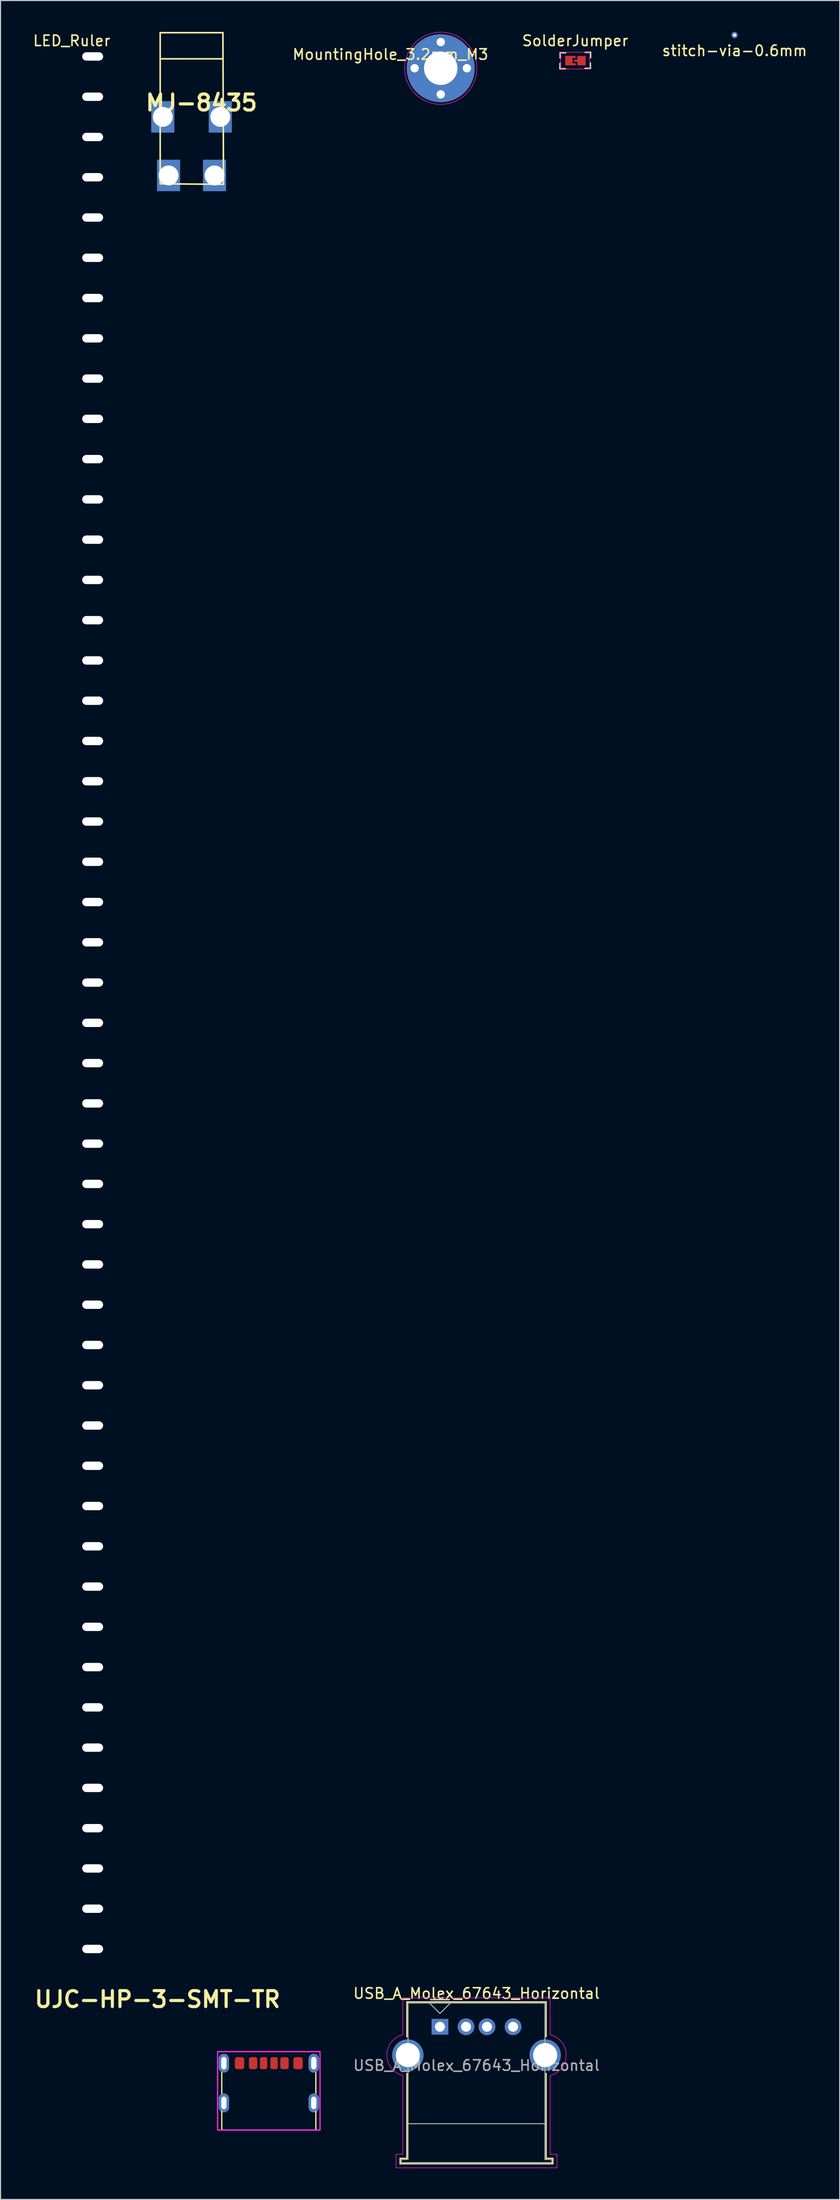
<source format=kicad_pcb>
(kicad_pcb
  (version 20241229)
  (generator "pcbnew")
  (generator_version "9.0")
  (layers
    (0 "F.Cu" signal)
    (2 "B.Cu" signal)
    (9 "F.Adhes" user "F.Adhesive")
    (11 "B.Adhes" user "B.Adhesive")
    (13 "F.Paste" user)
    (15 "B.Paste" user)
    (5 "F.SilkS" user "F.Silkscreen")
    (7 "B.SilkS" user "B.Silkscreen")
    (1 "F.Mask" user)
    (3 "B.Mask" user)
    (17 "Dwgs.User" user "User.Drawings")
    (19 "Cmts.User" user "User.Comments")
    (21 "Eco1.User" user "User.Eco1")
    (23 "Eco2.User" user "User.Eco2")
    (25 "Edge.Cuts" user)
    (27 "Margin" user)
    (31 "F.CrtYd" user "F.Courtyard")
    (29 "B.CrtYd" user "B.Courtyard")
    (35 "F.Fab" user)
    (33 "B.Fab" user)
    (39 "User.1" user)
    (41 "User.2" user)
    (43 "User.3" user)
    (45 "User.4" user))
  (footprint "USB_A_Molex_67643_Horizontal"
    (layer "F.Cu")
    (at 39.039 190.737)
    (property "Reference" "USB_A_Molex_67643_Horizontal" (at 3.5 -3.19 0) (layer "F.SilkS") (effects (font (size 1 1) (thickness 0.15))))
    (attr through_hole)
    (fp_line (start -3.81 12.58) (end -3.81 13.1) (stroke (width 0.12) (type solid)) (layer "F.SilkS"))
    (fp_line (start -3.81 13.1) (end 10.81 13.1) (stroke (width 0.12) (type solid)) (layer "F.SilkS"))
    (fp_line (start -3.16 -2.38) (end -3.16 0.95) (stroke (width 0.12) (type solid)) (layer "F.SilkS"))
    (fp_line (start -3.16 -2.38) (end 10.16 -2.38) (stroke (width 0.12) (type solid)) (layer "F.SilkS"))
    (fp_line (start -3.16 12.58) (end -3.81 12.58) (stroke (width 0.12) (type solid)) (layer "F.SilkS"))
    (fp_line (start -3.16 12.58) (end -3.16 4.47) (stroke (width 0.12) (type solid)) (layer "F.SilkS"))
    (fp_line (start -0.9 -2.6) (end 0.9 -2.6) (stroke (width 0.12) (type solid)) (layer "F.SilkS"))
    (fp_line (start 10.16 -2.38) (end 10.16 0.95) (stroke (width 0.12) (type solid)) (layer "F.SilkS"))
    (fp_line (start 10.16 4.47) (end 10.16 12.58) (stroke (width 0.12) (type solid)) (layer "F.SilkS"))
    (fp_line (start 10.81 12.58) (end 10.16 12.58) (stroke (width 0.12) (type solid)) (layer "F.SilkS"))
    (fp_line (start 10.81 13.1) (end 10.81 12.58) (stroke (width 0.12) (type solid)) (layer "F.SilkS"))
    (fp_line (start -4.2 12.19) (end -3.55 12.19) (stroke (width 0.05) (type solid)) (layer "F.CrtYd"))
    (fp_line (start -4.2 13.49) (end -4.2 12.19) (stroke (width 0.05) (type solid)) (layer "F.CrtYd"))
    (fp_line (start -4.2 13.49) (end 11.2 13.49) (stroke (width 0.05) (type solid)) (layer "F.CrtYd"))
    (fp_line (start -3.55 -2.77) (end -3.55 0.76) (stroke (width 0.05) (type solid)) (layer "F.CrtYd"))
    (fp_line (start -3.55 -2.77) (end 10.55 -2.77) (stroke (width 0.05) (type solid)) (layer "F.CrtYd"))
    (fp_line (start -3.55 12.19) (end -3.55 4.66) (stroke (width 0.05) (type solid)) (layer "F.CrtYd"))
    (fp_line (start 10.55 -2.77) (end 10.55 0.76) (stroke (width 0.05) (type solid)) (layer "F.CrtYd"))
    (fp_line (start 10.55 12.19) (end 10.55 4.66) (stroke (width 0.05) (type solid)) (layer "F.CrtYd"))
    (fp_line (start 11.2 12.19) (end 10.55 12.19) (stroke (width 0.05) (type solid)) (layer "F.CrtYd"))
    (fp_line (start 11.2 13.49) (end 11.2 12.19) (stroke (width 0.05) (type solid)) (layer "F.CrtYd"))
    (fp_arc (start -3.55 4.66) (mid -5.078208 2.71) (end -3.55 0.76) (stroke (width 0.05) (type solid)) (layer "F.CrtYd"))
    (fp_arc (start 10.55 0.76) (mid 12.078208 2.71) (end 10.55 4.66) (stroke (width 0.05) (type solid)) (layer "F.CrtYd"))
    (fp_line (start -3.7 12.69) (end -3.7 12.99) (stroke (width 0.1) (type solid)) (layer "F.Fab"))
    (fp_line (start -3.7 12.99) (end 10.7 12.99) (stroke (width 0.1) (type solid)) (layer "F.Fab"))
    (fp_line (start -3.05 -2.27) (end 10.05 -2.27) (stroke (width 0.1) (type solid)) (layer "F.Fab"))
    (fp_line (start -3.05 9.27) (end 10.05 9.27) (stroke (width 0.1) (type solid)) (layer "F.Fab"))
    (fp_line (start -3.05 12.69) (end -3.7 12.69) (stroke (width 0.1) (type solid)) (layer "F.Fab"))
    (fp_line (start -3.05 12.69) (end -3.05 -2.27) (stroke (width 0.1) (type solid)) (layer "F.Fab"))
    (fp_line (start -1 -2.27) (end 0 -1.27) (stroke (width 0.1) (type solid)) (layer "F.Fab"))
    (fp_line (start 0 -1.27) (end 1 -2.27) (stroke (width 0.1) (type solid)) (layer "F.Fab"))
    (fp_line (start 10.05 -2.27) (end 10.05 12.69) (stroke (width 0.1) (type solid)) (layer "F.Fab"))
    (fp_line (start 10.7 12.69) (end 10.05 12.69) (stroke (width 0.1) (type solid)) (layer "F.Fab"))
    (fp_line (start 10.7 12.99) (end 10.7 12.69) (stroke (width 0.1) (type solid)) (layer "F.Fab"))
    (fp_text user "${REFERENCE}" (at 3.5 3.7 0) (layer "F.Fab") (effects (font (size 1 1) (thickness 0.15))))
    (pad "1" thru_hole rect (at 0 0) (size 1.6 1.5) (drill 0.95) (layers "*.Cu" "*.Mask"))
    (pad "2" thru_hole circle (at 2.5 0) (size 1.6 1.6) (drill 0.95) (layers "*.Cu" "*.Mask"))
    (pad "3" thru_hole circle (at 4.5 0) (size 1.6 1.6) (drill 0.95) (layers "*.Cu" "*.Mask"))
    (pad "4" thru_hole circle (at 7 0) (size 1.6 1.6) (drill 0.95) (layers "*.Cu" "*.Mask"))
    (pad "5" thru_hole circle (at -3.07 2.71) (size 3 3) (drill 2.3) (layers "*.Cu" "*.Mask"))
    (pad "5" thru_hole circle (at 10.07 2.71) (size 3 3) (drill 2.3) (layers "*.Cu" "*.Mask")))
  (footprint "MountingHole_3.2mm_M3"
    (layer "F.Cu")
    (at 39.119 3.475)
    (property "Reference" "MountingHole_3.2mm_M3" (at -4.815 -1.32 0) (layer "F.SilkS") (effects (font (size 1 1) (thickness 0.15))))
    (attr through_hole)
    (fp_circle (center 0 0) (end 3.45 0) (stroke (width 0.05) (type solid)) (fill no) (layer "F.CrtYd"))
    (pad "1" thru_hole circle (at -2.5 0 90) (size 1 1) (drill 0.8) (layers "*.Cu" "*.Mask"))
    (pad "1" thru_hole circle (at 0 -2.5) (size 1 1) (drill 0.8) (layers "*.Cu" "*.Mask"))
    (pad "1" thru_hole circle (at 0 0) (size 6.5 6.5) (drill 3.2) (layers "*.Cu" "*.Mask"))
    (pad "1" thru_hole circle (at 0 2.5) (size 1 1) (drill 0.8) (layers "*.Cu" "*.Mask"))
    (pad "1" thru_hole circle (at 2.5 0 90) (size 1 1) (drill 0.8) (layers "*.Cu" "*.Mask")))
  (footprint "SolderJumper"
    (layer "F.Cu")
    (at 51.982 2.748)
    (property "Reference" "SolderJumper" (at 0 -1.9 0) (layer "F.SilkS") (effects (font (size 1 1) (thickness 0.15))))
    (attr smd)
    (fp_line (start -1.449 0.78) (end -1.449 0.272) (stroke (width 0.15) (type solid)) (layer "F.SilkS"))
    (fp_line (start -1.449 0.78) (end -0.941 0.78) (stroke (width 0.15) (type solid)) (layer "F.SilkS"))
    (fp_line (start -1.432 -0.762) (end -1.432 -0.254) (stroke (width 0.15) (type solid)) (layer "F.SilkS"))
    (fp_line (start -1.432 -0.762) (end -0.924 -0.762) (stroke (width 0.15) (type solid)) (layer "F.SilkS"))
    (fp_line (start 1.445 0.749) (end 0.937 0.749) (stroke (width 0.15) (type solid)) (layer "F.SilkS"))
    (fp_line (start 1.445 0.749) (end 1.445 0.241) (stroke (width 0.15) (type solid)) (layer "F.SilkS"))
    (fp_line (start 1.461 -0.793) (end 0.953 -0.793) (stroke (width 0.15) (type solid)) (layer "F.SilkS"))
    (fp_line (start 1.461 -0.793) (end 1.461 -0.285) (stroke (width 0.15) (type solid)) (layer "F.SilkS"))
    (fp_line (start -1.4 -0.8) (end -1.4 0.8) (stroke (width 0.05) (type solid)) (layer "F.CrtYd"))
    (fp_line (start -1.4 -0.8) (end 1.4 -0.8) (stroke (width 0.05) (type solid)) (layer "F.CrtYd"))
    (fp_line (start -1.4 0.8) (end 1.4 0.8) (stroke (width 0.05) (type solid)) (layer "F.CrtYd"))
    (fp_line (start 1.4 -0.8) (end 1.4 0.8) (stroke (width 0.05) (type solid)) (layer "F.CrtYd"))
    (pad "1" smd rect (at -0.6 0) (size 0.7 0.9) (layers "F.Cu" "F.Mask" "F.Paste"))
    (pad "1" smd rect (at -0.45 -0.35) (size 1 0.2) (layers "F.Cu" "F.Mask" "F.Paste"))
    (pad "1" smd rect (at -0.45 0.35) (size 1 0.2) (layers "F.Cu" "F.Mask" "F.Paste"))
    (pad "2" smd rect (at 0.4 0) (size 1 0.2) (layers "F.Cu" "F.Mask" "F.Paste"))
    (pad "2" smd rect (at 0.6 0) (size 0.8 0.9) (layers "F.Cu" "F.Mask" "F.Paste")))
  (footprint "stitch-via-0.6mm"
    (layer "F.Cu")
    (at 67.232 0.3)
    (property "Reference" "stitch-via-0.6mm" (at 0 1.5 0) (layer "F.SilkS") (effects (font (size 1 1) (thickness 0.15))))
    (attr through_hole)
    (pad "1" thru_hole circle (at 0 0) (size 0.6 0.6) (drill 0.3) (layers "*.Cu" "*.Mask")))
  (footprint "UJC-HP-3-SMT-TR"
    (layer "F.Cu")
    (at 22.668 194.916)
    (property "Reference" "UJC-HP-3-SMT-TR" (at -10.65 -6.8 0) (layer "F.SilkS") (effects (font (size 1.524 1.524) (thickness 0.3))))
    (attr board_only exclude_from_pos_files exclude_from_bom)
    (fp_line (start -4.5 0.2) (end -4.5 2.2) (stroke (width 0.12) (type solid)) (layer "F.SilkS"))
    (fp_line (start -4.5 3.9) (end -4.5 5.7) (stroke (width 0.12) (type solid)) (layer "F.SilkS"))
    (fp_line (start -4.5 5.7) (end 0 5.7) (stroke (width 0.12) (type solid)) (layer "F.SilkS"))
    (fp_line (start 4.5 0.2) (end 4.5 2.2) (stroke (width 0.12) (type solid)) (layer "F.SilkS"))
    (fp_line (start 4.5 3.9) (end 4.5 5.7) (stroke (width 0.12) (type solid)) (layer "F.SilkS"))
    (fp_line (start 4.5 5.7) (end 0 5.7) (stroke (width 0.12) (type solid)) (layer "F.SilkS"))
    (fp_rect (start -4.9 -1.8) (end 4.9 5.7) (stroke (width 0.12) (type solid)) (fill no) (layer "F.CrtYd"))
    (pad "A5" smd roundrect (at -0.5 -0.7) (size 0.7 1.15) (layers "F.Cu" "F.Mask" "F.Paste") (roundrect_rratio 0.25))
    (pad "A9" smd roundrect (at 1.5 -0.7) (size 0.8 1.15) (layers "F.Cu" "F.Mask" "F.Paste") (roundrect_rratio 0.25))
    (pad "A12" smd roundrect (at 2.8 -0.7) (size 0.9 1.15) (layers "F.Cu" "F.Mask" "F.Paste") (roundrect_rratio 0.25))
    (pad "B5" smd roundrect (at 0.5 -0.7) (size 0.7 1.15) (layers "F.Cu" "F.Mask" "F.Paste") (roundrect_rratio 0.25))
    (pad "B9" smd roundrect (at -1.5 -0.7) (size 0.8 1.15) (layers "F.Cu" "F.Mask" "F.Paste") (roundrect_rratio 0.25))
    (pad "B12" smd roundrect (at -2.8 -0.7) (size 0.9 1.15) (layers "F.Cu" "F.Mask" "F.Paste") (roundrect_rratio 0.25))
    (pad "MP" thru_hole oval (at -4.3 -0.7) (size 1 1.8) (drill oval 0.5 1.2) (layers "*.Cu" "*.Mask"))
    (pad "MP" thru_hole oval (at -4.3 3.1) (size 1 1.8) (drill oval 0.5 1.2) (layers "*.Cu" "*.Mask"))
    (pad "MP" thru_hole oval (at 4.3 -0.7) (size 1 1.8) (drill oval 0.5 1.2) (layers "*.Cu" "*.Mask"))
    (pad "MP" thru_hole oval (at 4.3 3.1) (size 1 1.8) (drill oval 0.5 1.2) (layers "*.Cu" "*.Mask")))
  (footprint "MJ-8435"
    (layer "F.Cu")
    (at 15.276 6.575)
    (property "Reference" "MJ-8435" (at 0.95 0.2 0) (layer "F.SilkS") (effects (font (size 1.524 1.524) (thickness 0.3))))
    (attr through_hole)
    (fp_line (start -3 -6.5) (end 3 -6.5) (stroke (width 0.15) (type solid)) (layer "F.SilkS"))
    (fp_line (start -3 -4) (end 3 -4) (stroke (width 0.15) (type solid)) (layer "F.SilkS"))
    (fp_line (start -3 7.95) (end -3 -6.5) (stroke (width 0.15) (type solid)) (layer "F.SilkS"))
    (fp_line (start 3 -6.5) (end 3.05 6.5) (stroke (width 0.15) (type solid)) (layer "F.SilkS"))
    (fp_line (start 3.05 6.5) (end 3.05 8) (stroke (width 0.15) (type solid)) (layer "F.SilkS"))
    (fp_line (start 3.05 8) (end -3 7.95) (stroke (width 0.15) (type solid)) (layer "F.SilkS"))
    (pad "1" thru_hole rect (at -2.75 1.55) (size 2.2 3) (drill 1.9) (layers "*.Cu" "*.Mask"))
    (pad "1" thru_hole rect (at 2.75 1.55) (size 2.2 3) (drill 1.9) (layers "*.Cu" "*.Mask"))
    (pad "2" thru_hole rect (at 2.2 7.15) (size 2.2 3) (drill 1.9) (layers "*.Cu" "*.Mask"))
    (pad "3" thru_hole rect (at -2.2 7.15) (size 2.2 3) (drill 1.9) (layers "*.Cu" "*.Mask")))
  (footprint "LED_Ruler"
    (layer "F.Cu")
    (at 6.315 2.348)
    (property "Reference" "LED_Ruler" (at -2.5 -1.5 0) (layer "F.SilkS") (effects (font (size 1 1) (thickness 0.15))))
    (attr through_hole)
    (pad "" np_thru_hole oval (at -0.5 0) (size 2 0.8) (drill oval 2 0.8) (layers "*.Cu" "*.Mask"))
    (pad "" np_thru_hole oval (at -0.5 3.85) (size 2 0.8) (drill oval 2 0.8) (layers "*.Cu" "*.Mask"))
    (pad "" np_thru_hole oval (at -0.5 7.7) (size 2 0.8) (drill oval 2 0.8) (layers "*.Cu" "*.Mask"))
    (pad "" np_thru_hole oval (at -0.5 11.55) (size 2 0.8) (drill oval 2 0.8) (layers "*.Cu" "*.Mask"))
    (pad "" np_thru_hole oval (at -0.5 15.4) (size 2 0.8) (drill oval 2 0.8) (layers "*.Cu" "*.Mask"))
    (pad "" np_thru_hole oval (at -0.5 19.25) (size 2 0.8) (drill oval 2 0.8) (layers "*.Cu" "*.Mask"))
    (pad "" np_thru_hole oval (at -0.5 23.1) (size 2 0.8) (drill oval 2 0.8) (layers "*.Cu" "*.Mask"))
    (pad "" np_thru_hole oval (at -0.5 26.95) (size 2 0.8) (drill oval 2 0.8) (layers "*.Cu" "*.Mask"))
    (pad "" np_thru_hole oval (at -0.5 30.8) (size 2 0.8) (drill oval 2 0.8) (layers "*.Cu" "*.Mask"))
    (pad "" np_thru_hole oval (at -0.5 34.65) (size 2 0.8) (drill oval 2 0.8) (layers "*.Cu" "*.Mask"))
    (pad "" np_thru_hole oval (at -0.5 38.5) (size 2 0.8) (drill oval 2 0.8) (layers "*.Cu" "*.Mask"))
    (pad "" np_thru_hole oval (at -0.5 42.35) (size 2 0.8) (drill oval 2 0.8) (layers "*.Cu" "*.Mask"))
    (pad "" np_thru_hole oval (at -0.5 46.2) (size 2 0.8) (drill oval 2 0.8) (layers "*.Cu" "*.Mask"))
    (pad "" np_thru_hole oval (at -0.5 50.05) (size 2 0.8) (drill oval 2 0.8) (layers "*.Cu" "*.Mask"))
    (pad "" np_thru_hole oval (at -0.5 53.9) (size 2 0.8) (drill oval 2 0.8) (layers "*.Cu" "*.Mask"))
    (pad "" np_thru_hole oval (at -0.5 57.75) (size 2 0.8) (drill oval 2 0.8) (layers "*.Cu" "*.Mask"))
    (pad "" np_thru_hole oval (at -0.5 61.6) (size 2 0.8) (drill oval 2 0.8) (layers "*.Cu" "*.Mask"))
    (pad "" np_thru_hole oval (at -0.5 65.45) (size 2 0.8) (drill oval 2 0.8) (layers "*.Cu" "*.Mask"))
    (pad "" np_thru_hole oval (at -0.5 69.3) (size 2 0.8) (drill oval 2 0.8) (layers "*.Cu" "*.Mask"))
    (pad "" np_thru_hole oval (at -0.5 73.15) (size 2 0.8) (drill oval 2 0.8) (layers "*.Cu" "*.Mask"))
    (pad "" np_thru_hole oval (at -0.5 77) (size 2 0.8) (drill oval 2 0.8) (layers "*.Cu" "*.Mask"))
    (pad "" np_thru_hole oval (at -0.5 80.85) (size 2 0.8) (drill oval 2 0.8) (layers "*.Cu" "*.Mask"))
    (pad "" np_thru_hole oval (at -0.5 84.7) (size 2 0.8) (drill oval 2 0.8) (layers "*.Cu" "*.Mask"))
    (pad "" np_thru_hole oval (at -0.5 88.55) (size 2 0.8) (drill oval 2 0.8) (layers "*.Cu" "*.Mask"))
    (pad "" np_thru_hole oval (at -0.5 92.4) (size 2 0.8) (drill oval 2 0.8) (layers "*.Cu" "*.Mask"))
    (pad "" np_thru_hole oval (at -0.5 96.25) (size 2 0.8) (drill oval 2 0.8) (layers "*.Cu" "*.Mask"))
    (pad "" np_thru_hole oval (at -0.5 100.1) (size 2 0.8) (drill oval 2 0.8) (layers "*.Cu" "*.Mask"))
    (pad "" np_thru_hole oval (at -0.5 103.95) (size 2 0.8) (drill oval 2 0.8) (layers "*.Cu" "*.Mask"))
    (pad "" np_thru_hole oval (at -0.5 107.8) (size 2 0.8) (drill oval 2 0.8) (layers "*.Cu" "*.Mask"))
    (pad "" np_thru_hole oval (at -0.5 111.65) (size 2 0.8) (drill oval 2 0.8) (layers "*.Cu" "*.Mask"))
    (pad "" np_thru_hole oval (at -0.5 115.5) (size 2 0.8) (drill oval 2 0.8) (layers "*.Cu" "*.Mask"))
    (pad "" np_thru_hole oval (at -0.5 119.35) (size 2 0.8) (drill oval 2 0.8) (layers "*.Cu" "*.Mask"))
    (pad "" np_thru_hole oval (at -0.5 123.2) (size 2 0.8) (drill oval 2 0.8) (layers "*.Cu" "*.Mask"))
    (pad "" np_thru_hole oval (at -0.5 127.05) (size 2 0.8) (drill oval 2 0.8) (layers "*.Cu" "*.Mask"))
    (pad "" np_thru_hole oval (at -0.5 130.9) (size 2 0.8) (drill oval 2 0.8) (layers "*.Cu" "*.Mask"))
    (pad "" np_thru_hole oval (at -0.5 134.75) (size 2 0.8) (drill oval 2 0.8) (layers "*.Cu" "*.Mask"))
    (pad "" np_thru_hole oval (at -0.5 138.6) (size 2 0.8) (drill oval 2 0.8) (layers "*.Cu" "*.Mask"))
    (pad "" np_thru_hole oval (at -0.5 142.45) (size 2 0.8) (drill oval 2 0.8) (layers "*.Cu" "*.Mask"))
    (pad "" np_thru_hole oval (at -0.5 146.3) (size 2 0.8) (drill oval 2 0.8) (layers "*.Cu" "*.Mask"))
    (pad "" np_thru_hole oval (at -0.5 150.15) (size 2 0.8) (drill oval 2 0.8) (layers "*.Cu" "*.Mask"))
    (pad "" np_thru_hole oval (at -0.5 154) (size 2 0.8) (drill oval 2 0.8) (layers "*.Cu" "*.Mask"))
    (pad "" np_thru_hole oval (at -0.5 157.85) (size 2 0.8) (drill oval 2 0.8) (layers "*.Cu" "*.Mask"))
    (pad "" np_thru_hole oval (at -0.5 161.7) (size 2 0.8) (drill oval 2 0.8) (layers "*.Cu" "*.Mask"))
    (pad "" np_thru_hole oval (at -0.5 165.55) (size 2 0.8) (drill oval 2 0.8) (layers "*.Cu" "*.Mask"))
    (pad "" np_thru_hole oval (at -0.5 169.4) (size 2 0.8) (drill oval 2 0.8) (layers "*.Cu" "*.Mask"))
    (pad "" np_thru_hole oval (at -0.5 173.25) (size 2 0.8) (drill oval 2 0.8) (layers "*.Cu" "*.Mask"))
    (pad "" np_thru_hole oval (at -0.5 177.1) (size 2 0.8) (drill oval 2 0.8) (layers "*.Cu" "*.Mask"))
    (pad "" np_thru_hole oval (at -0.5 180.95) (size 2 0.8) (drill oval 2 0.8) (layers "*.Cu" "*.Mask")))
  (gr_rect
    (start -3 -3)
    (end 77.286 207.251)
    (stroke (width 0.1) (type default))
    (fill no)
    (layer "Edge.Cuts")))
</source>
